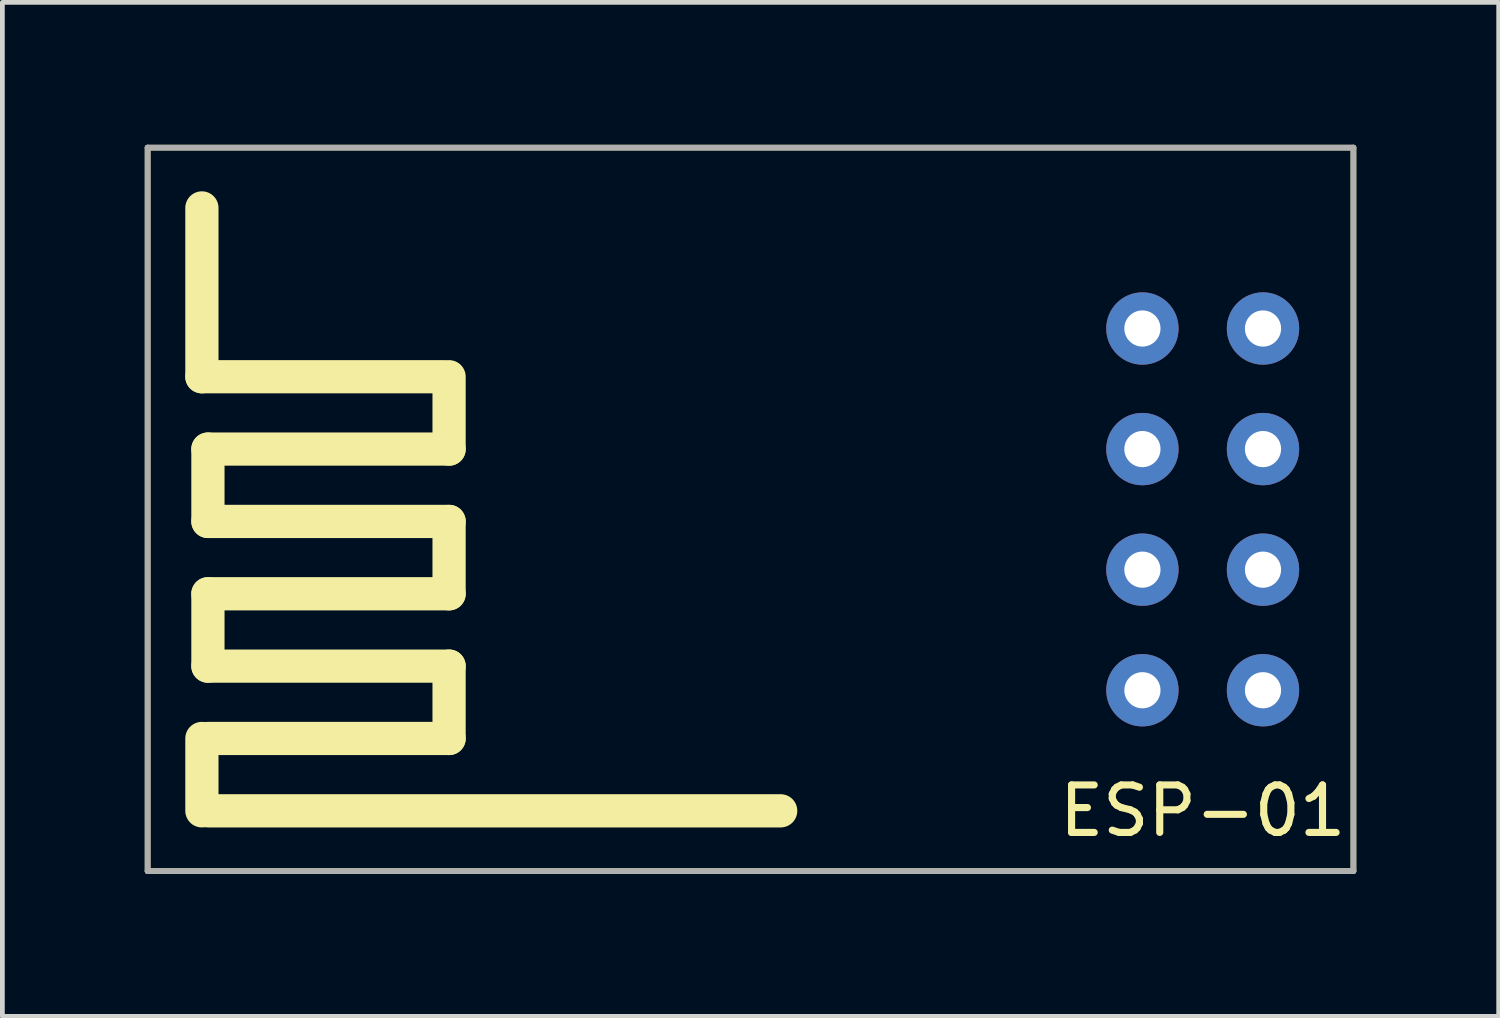
<source format=kicad_pcb>
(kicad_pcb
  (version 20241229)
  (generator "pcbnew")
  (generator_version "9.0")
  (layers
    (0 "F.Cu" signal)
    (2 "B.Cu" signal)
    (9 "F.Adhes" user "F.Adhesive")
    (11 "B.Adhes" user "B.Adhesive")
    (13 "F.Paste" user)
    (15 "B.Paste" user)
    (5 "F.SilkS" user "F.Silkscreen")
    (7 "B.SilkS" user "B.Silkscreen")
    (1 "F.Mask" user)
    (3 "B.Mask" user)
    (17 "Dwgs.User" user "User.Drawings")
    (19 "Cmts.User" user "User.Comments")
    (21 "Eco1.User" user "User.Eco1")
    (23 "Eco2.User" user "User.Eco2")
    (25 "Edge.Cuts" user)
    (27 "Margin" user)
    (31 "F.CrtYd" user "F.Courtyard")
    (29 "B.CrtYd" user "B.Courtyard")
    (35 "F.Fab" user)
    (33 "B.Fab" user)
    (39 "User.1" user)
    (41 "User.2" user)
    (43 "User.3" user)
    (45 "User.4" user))
  (footprint "ESP-01"
    (layer "F.Cu")
    (at 21.015 11.49)
    (property "Reference" "ESP-01" (at 1.27 2.54 0) (layer "F.SilkS") (effects (font (size 1 1) (thickness 0.15))))
    (attr through_hole)
    (fp_line (start -20.955 -11.43) (end 4.445 -11.43) (stroke (width 0.12) (type solid)) (layer "F.SilkS"))
    (fp_line (start -20.955 3.81) (end -20.955 -11.43) (stroke (width 0.12) (type solid)) (layer "F.SilkS"))
    (fp_line (start -19.812 -6.604) (end -19.812 -10.16) (stroke (width 0.7) (type solid)) (layer "F.SilkS"))
    (fp_line (start -19.812 -6.604) (end -14.732 -6.604) (stroke (width 0.7) (type solid)) (layer "F.SilkS"))
    (fp_line (start -19.812 2.54) (end -19.812 1.016) (stroke (width 0.7) (type solid)) (layer "F.SilkS"))
    (fp_line (start -19.685 -5.08) (end -14.605 -5.08) (stroke (width 0.7) (type solid)) (layer "F.SilkS"))
    (fp_line (start -19.685 -3.556) (end -19.685 -5.08) (stroke (width 0.7) (type solid)) (layer "F.SilkS"))
    (fp_line (start -19.685 -3.556) (end -14.605 -3.556) (stroke (width 0.7) (type solid)) (layer "F.SilkS"))
    (fp_line (start -19.685 -2.032) (end -14.605 -2.032) (stroke (width 0.7) (type solid)) (layer "F.SilkS"))
    (fp_line (start -19.685 -0.508) (end -19.685 -2.032) (stroke (width 0.7) (type solid)) (layer "F.SilkS"))
    (fp_line (start -19.685 -0.508) (end -14.605 -0.508) (stroke (width 0.7) (type solid)) (layer "F.SilkS"))
    (fp_line (start -19.685 1.016) (end -14.605 1.016) (stroke (width 0.7) (type solid)) (layer "F.SilkS"))
    (fp_line (start -19.685 2.54) (end -7.62 2.54) (stroke (width 0.7) (type solid)) (layer "F.SilkS"))
    (fp_line (start -14.605 -5.08) (end -14.605 -6.604) (stroke (width 0.7) (type solid)) (layer "F.SilkS"))
    (fp_line (start -14.605 -2.032) (end -14.605 -3.556) (stroke (width 0.7) (type solid)) (layer "F.SilkS"))
    (fp_line (start -14.605 1.016) (end -14.605 -0.508) (stroke (width 0.7) (type solid)) (layer "F.SilkS"))
    (fp_line (start 4.445 -11.43) (end 4.445 3.81) (stroke (width 0.12) (type solid)) (layer "F.SilkS"))
    (fp_line (start 4.445 3.81) (end -20.955 3.81) (stroke (width 0.12) (type solid)) (layer "F.SilkS"))
    (fp_line (start -20.955 -11.43) (end 4.445 -11.43) (stroke (width 0.12) (type solid)) (layer "F.Fab"))
    (fp_line (start -20.955 3.81) (end -20.955 -11.43) (stroke (width 0.12) (type solid)) (layer "F.Fab"))
    (fp_line (start 4.445 -11.43) (end 4.445 3.81) (stroke (width 0.12) (type solid)) (layer "F.Fab"))
    (fp_line (start 4.445 3.81) (end -20.955 3.81) (stroke (width 0.12) (type solid)) (layer "F.Fab"))
    (pad "1" thru_hole circle (at 0 0) (size 1.524 1.524) (drill 0.762) (layers "*.Cu" "*.Mask"))
    (pad "2" thru_hole circle (at 0 -2.54) (size 1.524 1.524) (drill 0.762) (layers "*.Cu" "*.Mask"))
    (pad "3" thru_hole circle (at 0 -5.08) (size 1.524 1.524) (drill 0.762) (layers "*.Cu" "*.Mask"))
    (pad "4" thru_hole circle (at 0 -7.62) (size 1.524 1.524) (drill 0.762) (layers "*.Cu" "*.Mask"))
    (pad "5" thru_hole circle (at 2.54 0) (size 1.524 1.524) (drill 0.762) (layers "*.Cu" "*.Mask"))
    (pad "6" thru_hole circle (at 2.54 -2.54) (size 1.524 1.524) (drill 0.762) (layers "*.Cu" "*.Mask"))
    (pad "7" thru_hole circle (at 2.54 -5.08) (size 1.524 1.524) (drill 0.762) (layers "*.Cu" "*.Mask"))
    (pad "8" thru_hole circle (at 2.54 -7.62) (size 1.524 1.524) (drill 0.762) (layers "*.Cu" "*.Mask")))
  (gr_rect
    (start -3 -3)
    (end 28.52 18.36)
    (stroke (width 0.1) (type default))
    (fill no)
    (layer "Edge.Cuts")))
</source>
